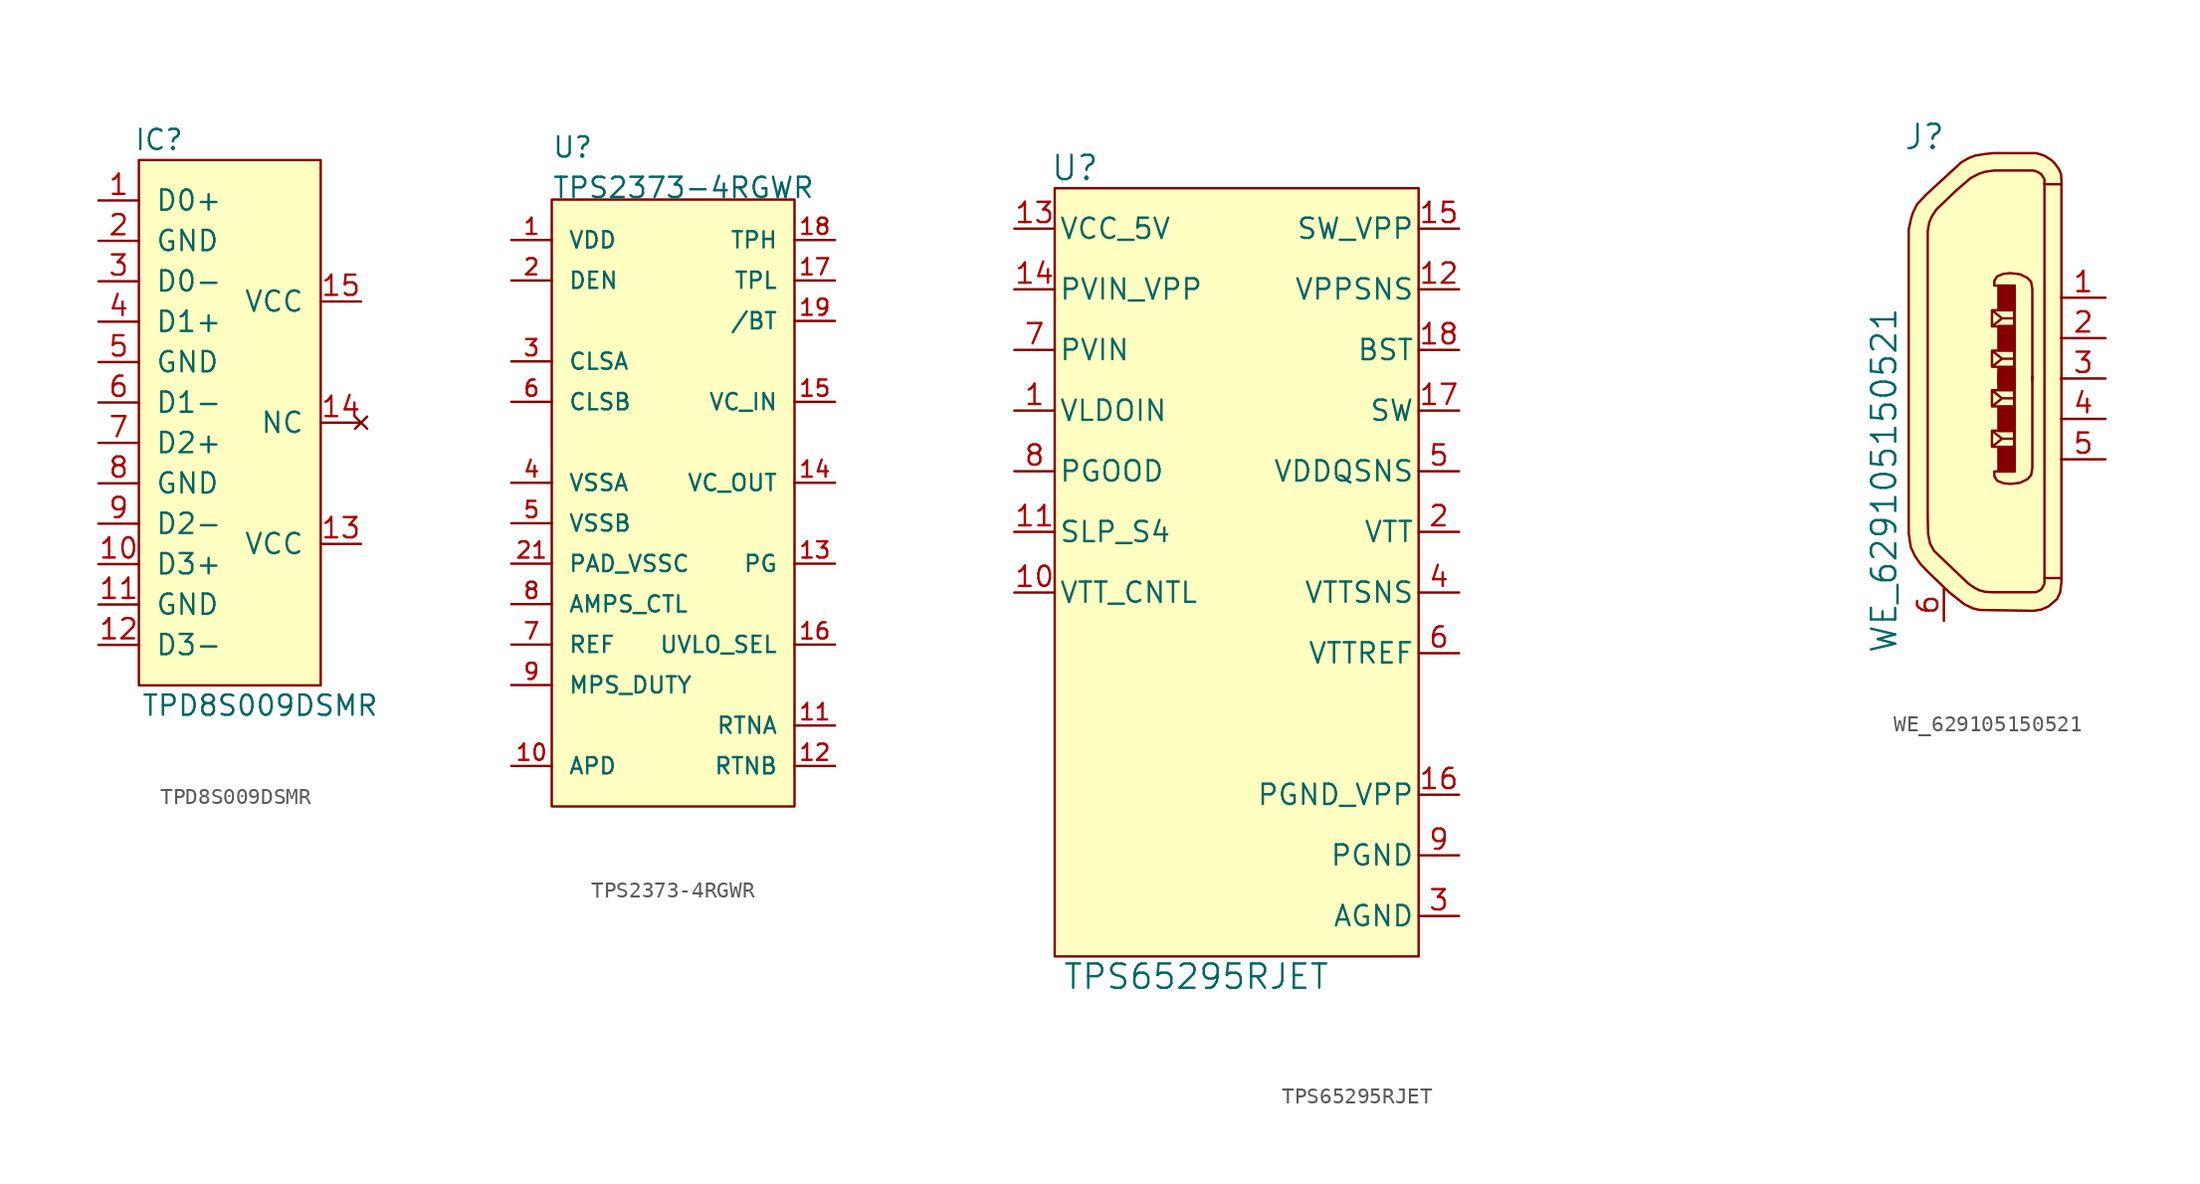
<source format=kicad_sym>
(kicad_symbol_lib
  (version 20211014)
  (generator kicad_symbol_editor)
  (symbol "TPD8S009DSMR"
    (pin_names
      (offset 1.016))
    (property "Reference" "IC"
      (at -3.81 10.16 0)
      (effects (font (size 1.27 1.27))))
    (property "Value" "TPD8S009DSMR"
      (at 2.54 -25.4 0)
      (effects (font (size 1.27 1.27))))
    (symbol "TPD8S009DSMR_1_1"
      (rectangle (start -5.08 8.89) (end 6.35 -24.13) (stroke (width 0) (type default) (color 0 0 0 0)) (fill (type background)))
      (pin passive line (at -7.62 6.35 0) (length 2.54) (name "D0+" (effects (font (size 1.27 1.27)))) (number "1" (effects (font (size 1.27 1.27)))))
      (pin passive line (at -7.62 -16.51 0) (length 2.54) (name "D3+" (effects (font (size 1.27 1.27)))) (number "10" (effects (font (size 1.27 1.27)))))
      (pin power_in line (at -7.62 -19.05 0) (length 2.54) (name "GND" (effects (font (size 1.27 1.27)))) (number "11" (effects (font (size 1.27 1.27)))))
      (pin passive line (at -7.62 -21.59 0) (length 2.54) (name "D3-" (effects (font (size 1.27 1.27)))) (number "12" (effects (font (size 1.27 1.27)))))
      (pin power_in line (at 8.89 -15.24 180) (length 2.54) (name "VCC" (effects (font (size 1.27 1.27)))) (number "13" (effects (font (size 1.27 1.27)))))
      (pin no_connect line (at 8.89 -7.62 180) (length 2.54) (name "NC" (effects (font (size 1.27 1.27)))) (number "14" (effects (font (size 1.27 1.27)))))
      (pin power_in line (at 8.89 0 180) (length 2.54) (name "VCC" (effects (font (size 1.27 1.27)))) (number "15" (effects (font (size 1.27 1.27)))))
      (pin power_in line (at -7.62 3.81 0) (length 2.54) (name "GND" (effects (font (size 1.27 1.27)))) (number "2" (effects (font (size 1.27 1.27)))))
      (pin passive line (at -7.62 1.27 0) (length 2.54) (name "D0-" (effects (font (size 1.27 1.27)))) (number "3" (effects (font (size 1.27 1.27)))))
      (pin passive line (at -7.62 -1.27 0) (length 2.54) (name "D1+" (effects (font (size 1.27 1.27)))) (number "4" (effects (font (size 1.27 1.27)))))
      (pin power_in line (at -7.62 -3.81 0) (length 2.54) (name "GND" (effects (font (size 1.27 1.27)))) (number "5" (effects (font (size 1.27 1.27)))))
      (pin passive line (at -7.62 -6.35 0) (length 2.54) (name "D1-" (effects (font (size 1.27 1.27)))) (number "6" (effects (font (size 1.27 1.27)))))
      (pin passive line (at -7.62 -8.89 0) (length 2.54) (name "D2+" (effects (font (size 1.27 1.27)))) (number "7" (effects (font (size 1.27 1.27)))))
      (pin power_in line (at -7.62 -11.43 0) (length 2.54) (name "GND" (effects (font (size 1.27 1.27)))) (number "8" (effects (font (size 1.27 1.27)))))
      (pin passive line (at -7.62 -13.97 0) (length 2.54) (name "D2-" (effects (font (size 1.27 1.27)))) (number "9" (effects (font (size 1.27 1.27)))))))
  (symbol "TPS2373-4RGWR"
    (pin_names
      (offset 1.016))
    (property "Reference" "U"
      (at -7.62 27.94 0)
      (effects (font (size 1.27 1.27)) (justify left bottom)))
    (property "Value" "TPS2373-4RGWR"
      (at -7.62 25.4 0)
      (effects (font (size 1.27 1.27)) (justify left bottom)))
    (symbol "TPS2373-4RGWR_0_0"
      (rectangle (start -7.62 25.4) (end 7.62 -12.7) (stroke (width 0.152) (type default) (color 0 0 0 0)) (fill (type background)))
      (pin power_in line (at -10.16 22.86 0) (length 2.54) (name "VDD" (effects (font (size 1.016 1.016)))) (number "1" (effects (font (size 1.016 1.016)))))
      (pin input line (at -10.16 -10.16 0) (length 2.54) (name "APD" (effects (font (size 1.016 1.016)))) (number "10" (effects (font (size 1.016 1.016)))))
      (pin output line (at 10.16 -7.62 180) (length 2.54) (name "RTNA" (effects (font (size 1.016 1.016)))) (number "11" (effects (font (size 1.016 1.016)))))
      (pin output line (at 10.16 -10.16 180) (length 2.54) (name "RTNB" (effects (font (size 1.016 1.016)))) (number "12" (effects (font (size 1.016 1.016)))))
      (pin output line (at 10.16 2.54 180) (length 2.54) (name "PG" (effects (font (size 1.016 1.016)))) (number "13" (effects (font (size 1.016 1.016)))))
      (pin output line (at 10.16 7.62 180) (length 2.54) (name "VC_OUT" (effects (font (size 1.016 1.016)))) (number "14" (effects (font (size 1.016 1.016)))))
      (pin input line (at 10.16 12.7 180) (length 2.54) (name "VC_IN" (effects (font (size 1.016 1.016)))) (number "15" (effects (font (size 1.016 1.016)))))
      (pin output line (at 10.16 -2.54 180) (length 2.54) (name "UVLO_SEL" (effects (font (size 1.016 1.016)))) (number "16" (effects (font (size 1.016 1.016)))))
      (pin output line (at 10.16 20.32 180) (length 2.54) (name "TPL" (effects (font (size 1.016 1.016)))) (number "17" (effects (font (size 1.016 1.016)))))
      (pin output line (at 10.16 22.86 180) (length 2.54) (name "TPH" (effects (font (size 1.016 1.016)))) (number "18" (effects (font (size 1.016 1.016)))))
      (pin output line (at 10.16 17.78 180) (length 2.54) (name "/BT" (effects (font (size 1.016 1.016)))) (number "19" (effects (font (size 1.016 1.016)))))
      (pin input line (at -10.16 20.32 0) (length 2.54) (name "DEN" (effects (font (size 1.016 1.016)))) (number "2" (effects (font (size 1.016 1.016)))))
      (pin power_in line (at -10.16 2.54 0) (length 2.54) (name "PAD_VSSC" (effects (font (size 1.016 1.016)))) (number "21" (effects (font (size 1.016 1.016)))))
      (pin input line (at -10.16 15.24 0) (length 2.54) (name "CLSA" (effects (font (size 1.016 1.016)))) (number "3" (effects (font (size 1.016 1.016)))))
      (pin power_in line (at -10.16 7.62 0) (length 2.54) (name "VSSA" (effects (font (size 1.016 1.016)))) (number "4" (effects (font (size 1.016 1.016)))))
      (pin power_in line (at -10.16 5.08 0) (length 2.54) (name "VSSB" (effects (font (size 1.016 1.016)))) (number "5" (effects (font (size 1.016 1.016)))))
      (pin input line (at -10.16 12.7 0) (length 2.54) (name "CLSB" (effects (font (size 1.016 1.016)))) (number "6" (effects (font (size 1.016 1.016)))))
      (pin input line (at -10.16 -2.54 0) (length 2.54) (name "REF" (effects (font (size 1.016 1.016)))) (number "7" (effects (font (size 1.016 1.016)))))
      (pin input line (at -10.16 0 0) (length 2.54) (name "AMPS_CTL" (effects (font (size 1.016 1.016)))) (number "8" (effects (font (size 1.016 1.016)))))
      (pin input line (at -10.16 -5.08 0) (length 2.54) (name "MPS_DUTY" (effects (font (size 1.016 1.016)))) (number "9" (effects (font (size 1.016 1.016)))))))
  (symbol "TPS65295RJET"
    (pin_names
      (offset 0.254))
    (property "Reference" "U"
      (at -10.16 22.86 0)
      (effects (font (size 1.524 1.524))))
    (property "Value" "TPS65295RJET"
      (at -2.54 -27.94 0)
      (effects (font (size 1.524 1.524))))
    (property "Datasheet" ""
      (at 29.21 -8.89 0)
      (effects (font (size 1.524 1.524))))
    (symbol "TPS65295RJET_1_1"
      (rectangle (start -11.43 21.59) (end 11.43 -26.67) (stroke (width 0) (type default) (color 0 0 0 0)) (fill (type background)))
      (pin input line (at -13.97 7.62 0) (length 2.54) (name "VLDOIN" (effects (font (size 1.27 1.27)))) (number "1" (effects (font (size 1.27 1.27)))))
      (pin input line (at -13.97 -3.81 0) (length 2.54) (name "VTT_CNTL" (effects (font (size 1.27 1.27)))) (number "10" (effects (font (size 1.27 1.27)))))
      (pin input line (at -13.97 0 0) (length 2.54) (name "SLP_S4" (effects (font (size 1.27 1.27)))) (number "11" (effects (font (size 1.27 1.27)))))
      (pin input line (at 13.97 15.24 180) (length 2.54) (name "VPPSNS" (effects (font (size 1.27 1.27)))) (number "12" (effects (font (size 1.27 1.27)))))
      (pin input line (at -13.97 19.05 0) (length 2.54) (name "VCC_5V" (effects (font (size 1.27 1.27)))) (number "13" (effects (font (size 1.27 1.27)))))
      (pin input line (at -13.97 15.24 0) (length 2.54) (name "PVIN_VPP" (effects (font (size 1.27 1.27)))) (number "14" (effects (font (size 1.27 1.27)))))
      (pin input line (at 13.97 19.05 180) (length 2.54) (name "SW_VPP" (effects (font (size 1.27 1.27)))) (number "15" (effects (font (size 1.27 1.27)))))
      (pin input line (at 13.97 -16.51 180) (length 2.54) (name "PGND_VPP" (effects (font (size 1.27 1.27)))) (number "16" (effects (font (size 1.27 1.27)))))
      (pin input line (at 13.97 7.62 180) (length 2.54) (name "SW" (effects (font (size 1.27 1.27)))) (number "17" (effects (font (size 1.27 1.27)))))
      (pin input line (at 13.97 11.43 180) (length 2.54) (name "BST" (effects (font (size 1.27 1.27)))) (number "18" (effects (font (size 1.27 1.27)))))
      (pin input line (at 13.97 0 180) (length 2.54) (name "VTT" (effects (font (size 1.27 1.27)))) (number "2" (effects (font (size 1.27 1.27)))))
      (pin input line (at 13.97 -24.13 180) (length 2.54) (name "AGND" (effects (font (size 1.27 1.27)))) (number "3" (effects (font (size 1.27 1.27)))))
      (pin input line (at 13.97 -3.81 180) (length 2.54) (name "VTTSNS" (effects (font (size 1.27 1.27)))) (number "4" (effects (font (size 1.27 1.27)))))
      (pin input line (at 13.97 3.81 180) (length 2.54) (name "VDDQSNS" (effects (font (size 1.27 1.27)))) (number "5" (effects (font (size 1.27 1.27)))))
      (pin input line (at 13.97 -7.62 180) (length 2.54) (name "VTTREF" (effects (font (size 1.27 1.27)))) (number "6" (effects (font (size 1.27 1.27)))))
      (pin input line (at -13.97 11.43 0) (length 2.54) (name "PVIN" (effects (font (size 1.27 1.27)))) (number "7" (effects (font (size 1.27 1.27)))))
      (pin input line (at -13.97 3.81 0) (length 2.54) (name "PGOOD" (effects (font (size 1.27 1.27)))) (number "8" (effects (font (size 1.27 1.27)))))
      (pin input line (at 13.97 -20.32 180) (length 2.54) (name "PGND" (effects (font (size 1.27 1.27)))) (number "9" (effects (font (size 1.27 1.27)))))))
  (symbol "WE_629105150521"
    (pin_names
      (offset 1.016))
    (property "Reference" "J"
      (at -3.759 15.189 0)
      (effects (font (size 1.524 1.524))))
    (property "Value" "WE_629105150521"
      (at -6.299 -6.401 90)
      (effects (font (size 1.524 1.524))))
    (symbol "WE_629105150521_0_1"
      (polyline (pts (xy 3.785 12.243) (xy 3.785 -12.548)) (stroke (width 0) (type default) (color 0 0 0 0)) (fill (type none)))
      (polyline (pts (xy 0.483 -4.293) (xy 0.483 -3.277) (xy 1.88 -3.277) (xy 1.88 -4.293) (xy 0.483 -4.293) (xy 1.118 -3.785) (xy 0.483 -3.277) (xy 1.88 -3.277) (xy 1.88 -3.785) (xy 1.118 -3.785)) (stroke (width 0) (type default) (color 0 0 0 0)) (fill (type none)))
      (polyline (pts (xy 0.483 -1.753) (xy 0.483 -0.737) (xy 1.88 -0.737) (xy 1.88 -1.753) (xy 0.483 -1.753) (xy 1.118 -1.245) (xy 0.483 -0.737) (xy 1.88 -0.737) (xy 1.88 -1.245) (xy 1.118 -1.245)) (stroke (width 0) (type default) (color 0 0 0 0)) (fill (type none)))
      (polyline (pts (xy 0.483 1.753) (xy 0.483 0.737) (xy 1.88 0.737) (xy 1.88 1.753) (xy 0.483 1.753) (xy 1.118 1.245) (xy 0.483 0.737) (xy 1.88 0.737) (xy 1.88 1.245) (xy 1.118 1.245)) (stroke (width 0) (type default) (color 0 0 0 0)) (fill (type none)))
      (polyline (pts (xy 0.483 4.293) (xy 0.483 3.277) (xy 1.88 3.277) (xy 1.88 4.293) (xy 0.483 4.293) (xy 1.118 3.785) (xy 0.483 3.277) (xy 1.88 3.277) (xy 1.88 3.785) (xy 1.118 3.785)) (stroke (width 0) (type default) (color 0 0 0 0)) (fill (type none)))
      (polyline (pts (xy 1.905 -0.025) (xy 1.905 5.842) (xy 0.635 5.842) (xy 0.635 6.147) (xy 0.813 6.426) (xy 1.194 6.579) (xy 1.651 6.629) (xy 2.261 6.553) (xy 2.718 6.325) (xy 2.946 6.071) (xy 3.023 5.639) (xy 3.023 4.801) (xy 3.023 -0.127)) (stroke (width 0) (type default) (color 0 0 0 0)) (fill (type none)))
      (polyline (pts (xy 1.905 0.025) (xy 1.905 -5.842) (xy 0.635 -5.842) (xy 0.635 -6.147) (xy 0.813 -6.426) (xy 1.194 -6.579) (xy 1.651 -6.629) (xy 2.261 -6.553) (xy 2.718 -6.325) (xy 2.946 -6.071) (xy 3.023 -5.639) (xy 3.023 -4.801) (xy 3.023 0.127)) (stroke (width 0) (type default) (color 0 0 0 0)) (fill (type none)))
      (polyline (pts (xy 4.851 -12.548) (xy 3.835 -12.548) (xy 3.785 -12.548) (xy 3.785 -12.903) (xy 3.607 -13.233) (xy 3.429 -13.36) (xy 3.226 -13.437) (xy 0.457 -13.437) (xy 0.051 -13.411) (xy -0.33 -13.31) (xy -0.66 -13.132) (xy -0.991 -12.903) (xy -3.15 -10.846) (xy -3.404 -10.389) (xy -3.531 -9.779) (xy -3.556 -8.636) (xy -3.556 9.22) (xy -3.531 9.423) (xy -3.454 9.83) (xy -3.302 10.185) (xy -3.023 10.617) (xy -1.753 11.836) (xy -0.864 12.598) (xy -0.33 12.878) (xy 0.076 13.005) (xy 0.61 13.081) (xy 3.073 13.081) (xy 3.327 13.005) (xy 3.581 12.852) (xy 3.785 12.522) (xy 3.785 12.217) (xy 4.851 12.217)) (stroke (width 0) (type default) (color 0 0 0 0)) (fill (type none)))
      (polyline (pts (xy 4.851 -11.481) (xy 4.851 -12.802) (xy 4.775 -13.437) (xy 4.572 -13.868) (xy 4.039 -14.326) (xy 3.581 -14.529) (xy 3.099 -14.605) (xy -0.279 -14.554) (xy -0.711 -14.453) (xy -1.245 -14.199) (xy -2.21 -13.437) (xy -3.556 -12.141) (xy -4.013 -11.659) (xy -4.369 -11.151) (xy -4.623 -10.592) (xy -4.75 -9.754) (xy -4.75 9.373) (xy -4.597 10.084) (xy -4.47 10.465) (xy -4.216 10.973) (xy -3.607 11.608) (xy -1.448 13.589) (xy -0.965 13.868) (xy -0.559 14.021) (xy 0.076 14.122) (xy 0.559 14.173) (xy 3.277 14.173) (xy 3.759 14.021) (xy 4.216 13.741) (xy 4.445 13.513) (xy 4.699 13.157) (xy 4.826 12.852) (xy 4.851 12.446) (xy 4.851 -11.506)) (stroke (width 0) (type default) (color 0 0 0 0)) (fill (type background)))
      (rectangle (start 0.889 -4.318) (end 1.905 -5.842) (stroke (width 0) (type default) (color 0 0 0 0)) (fill (type outline)))
      (rectangle (start 0.889 -3.302) (end 1.905 -1.778) (stroke (width 0) (type default) (color 0 0 0 0)) (fill (type outline)))
      (rectangle (start 0.889 -0.635) (end 1.905 0.381) (stroke (width 0) (type default) (color 0 0 0 0)) (fill (type outline)))
      (rectangle (start 0.889 0.635) (end 1.905 -0.381) (stroke (width 0) (type default) (color 0 0 0 0)) (fill (type outline)))
      (rectangle (start 0.889 3.302) (end 1.905 1.778) (stroke (width 0) (type default) (color 0 0 0 0)) (fill (type outline)))
      (rectangle (start 0.889 4.318) (end 1.905 5.842) (stroke (width 0) (type default) (color 0 0 0 0)) (fill (type outline))))
    (symbol "WE_629105150521_1_1"
      (pin passive line (at 7.62 5.08 180) (length 2.794) (name "~" (effects (font (size 1.27 1.27)))) (number "1" (effects (font (size 1.27 1.27)))))
      (pin passive line (at 7.62 2.54 180) (length 2.794) (name "~" (effects (font (size 1.27 1.27)))) (number "2" (effects (font (size 1.27 1.27)))))
      (pin passive line (at 7.62 0 180) (length 2.794) (name "~" (effects (font (size 1.27 1.27)))) (number "3" (effects (font (size 1.27 1.27)))))
      (pin passive line (at 7.62 -2.54 180) (length 2.794) (name "~" (effects (font (size 1.27 1.27)))) (number "4" (effects (font (size 1.27 1.27)))))
      (pin passive line (at 7.62 -5.08 180) (length 2.794) (name "~" (effects (font (size 1.27 1.27)))) (number "5" (effects (font (size 1.27 1.27)))))
      (pin passive line (at -2.54 -15.24 90) (length 2.032) (name "~" (effects (font (size 1.27 1.27)))) (number "6" (effects (font (size 1.27 1.27))))))))
</source>
